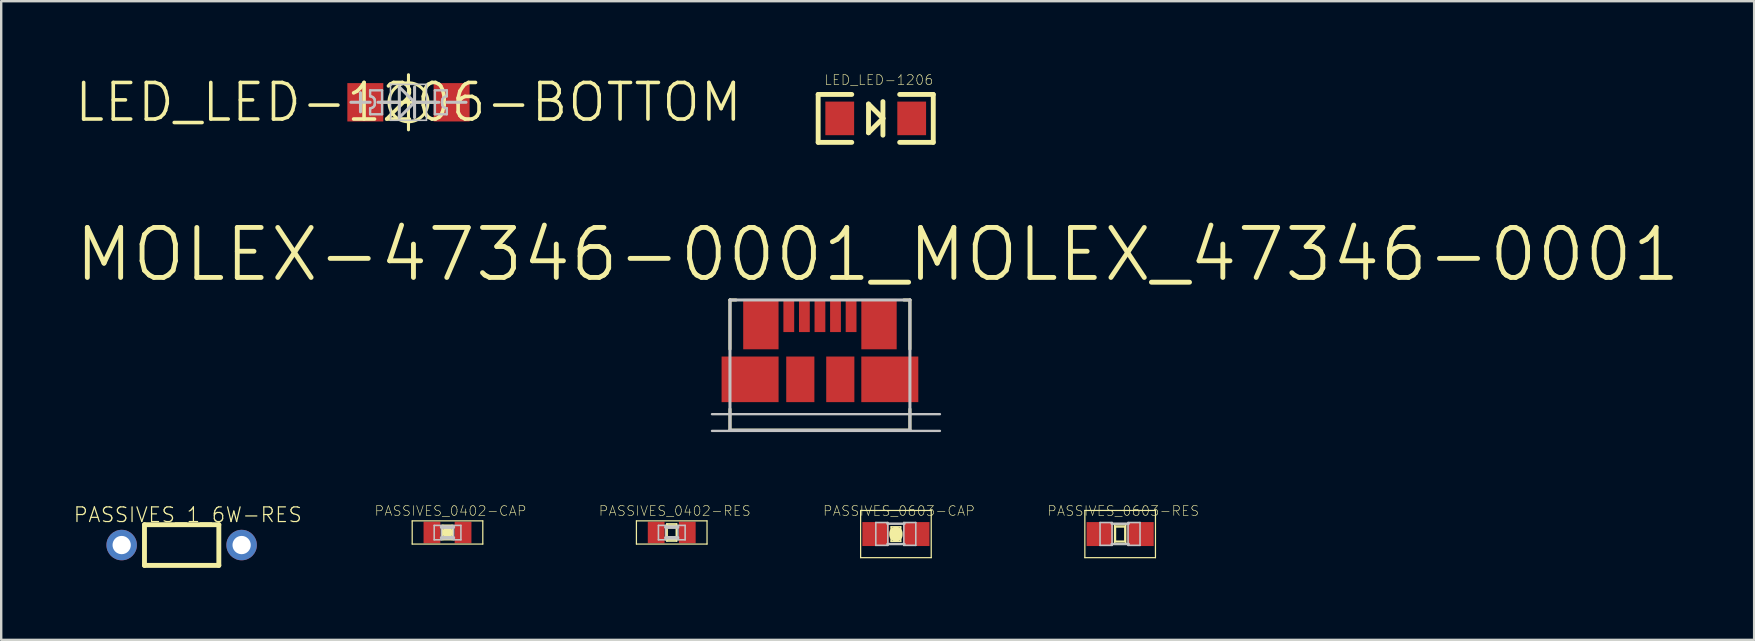
<source format=kicad_pcb>
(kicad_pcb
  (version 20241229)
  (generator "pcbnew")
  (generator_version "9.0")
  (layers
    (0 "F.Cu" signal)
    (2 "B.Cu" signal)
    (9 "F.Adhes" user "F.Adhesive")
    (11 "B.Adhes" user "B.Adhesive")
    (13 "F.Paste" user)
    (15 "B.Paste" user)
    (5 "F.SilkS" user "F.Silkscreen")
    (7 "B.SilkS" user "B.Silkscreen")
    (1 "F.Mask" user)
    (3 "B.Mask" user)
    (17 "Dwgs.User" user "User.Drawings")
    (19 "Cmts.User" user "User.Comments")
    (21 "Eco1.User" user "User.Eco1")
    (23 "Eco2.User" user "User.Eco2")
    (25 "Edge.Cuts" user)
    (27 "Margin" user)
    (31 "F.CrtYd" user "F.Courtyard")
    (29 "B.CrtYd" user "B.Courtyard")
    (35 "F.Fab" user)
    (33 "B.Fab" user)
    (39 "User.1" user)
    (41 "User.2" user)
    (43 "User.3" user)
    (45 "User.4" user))
  (footprint "PASSIVES_0603-CAP"
    (layer "F.Cu")
    (at 34.281 19.203)
    (property "Reference" "PASSIVES_0603-CAP" (at 0.127 -0.965 0) (layer "F.SilkS") (effects (font (size 0.406 0.406) (thickness 0.025))))
    (attr smd)
    (fp_line (start -1.471 -0.983) (end 1.471 -0.983) (stroke (width 0.051) (type solid)) (layer "F.SilkS"))
    (fp_line (start -1.471 0.983) (end -1.471 -0.983) (stroke (width 0.051) (type solid)) (layer "F.SilkS"))
    (fp_line (start -0.198 -0.3) (end 0.198 -0.3) (stroke (width 0.066) (type solid)) (layer "F.SilkS"))
    (fp_line (start -0.198 0.3) (end -0.198 -0.3) (stroke (width 0.066) (type solid)) (layer "F.SilkS"))
    (fp_line (start -0.198 0.3) (end 0.198 0.3) (stroke (width 0.066) (type solid)) (layer "F.SilkS"))
    (fp_line (start 0 -0.03) (end 0 0.03) (stroke (width 0.559) (type solid)) (layer "F.SilkS"))
    (fp_line (start 0.198 0.3) (end 0.198 -0.3) (stroke (width 0.066) (type solid)) (layer "F.SilkS"))
    (fp_line (start 1.471 -0.983) (end 1.471 0.983) (stroke (width 0.051) (type solid)) (layer "F.SilkS"))
    (fp_line (start 1.471 0.983) (end -1.471 0.983) (stroke (width 0.051) (type solid)) (layer "F.SilkS"))
    (fp_line (start -0.838 -0.48) (end -0.338 -0.48) (stroke (width 0.066) (type solid)) (layer "Dwgs.User"))
    (fp_line (start -0.838 0.47) (end -0.838 -0.48) (stroke (width 0.066) (type solid)) (layer "Dwgs.User"))
    (fp_line (start -0.838 0.47) (end -0.338 0.47) (stroke (width 0.066) (type solid)) (layer "Dwgs.User"))
    (fp_line (start -0.356 -0.432) (end 0.356 -0.432) (stroke (width 0.102) (type solid)) (layer "Dwgs.User"))
    (fp_line (start -0.356 0.417) (end 0.356 0.417) (stroke (width 0.102) (type solid)) (layer "Dwgs.User"))
    (fp_line (start -0.338 0.47) (end -0.338 -0.48) (stroke (width 0.066) (type solid)) (layer "Dwgs.User"))
    (fp_line (start 0.33 -0.48) (end 0.828 -0.48) (stroke (width 0.066) (type solid)) (layer "Dwgs.User"))
    (fp_line (start 0.33 0.47) (end 0.33 -0.48) (stroke (width 0.066) (type solid)) (layer "Dwgs.User"))
    (fp_line (start 0.33 0.47) (end 0.828 0.47) (stroke (width 0.066) (type solid)) (layer "Dwgs.User"))
    (fp_line (start 0.828 0.47) (end 0.828 -0.48) (stroke (width 0.066) (type solid)) (layer "Dwgs.User"))
    (pad "1" smd rect (at -0.848 0) (size 1.1 0.998) (layers "F.Cu" "F.Mask" "F.Paste"))
    (pad "2" smd rect (at 0.848 0) (size 1.1 0.998) (layers "F.Cu" "F.Mask" "F.Paste")))
  (footprint "LED_LED-1206-BOTTOM"
    (layer "F.Cu")
    (at 13.97 1.212)
    (property "Reference" "LED_LED-1206-BOTTOM" (at 0 0 0) (layer "F.SilkS") (effects (font (size 1.524 1.524) (thickness 0.15))))
    (attr smd)
    (fp_line (start -1.148 0) (end 1.148 0) (stroke (width 0.127) (type solid)) (layer "F.SilkS"))
    (fp_line (start 0 1.148) (end 0 -1.148) (stroke (width 0.127) (type solid)) (layer "F.SilkS"))
    (fp_circle (center 0 0) (end -0.574 0.574) (stroke (width 0.127) (type solid)) (fill no) (layer "F.SilkS"))
    (fp_line (start -2.398 0) (end -1.598 0) (stroke (width 0.127) (type solid)) (layer "Dwgs.User"))
    (fp_line (start -1.999 -0.399) (end -1.999 0.399) (stroke (width 0.127) (type solid)) (layer "Dwgs.User"))
    (fp_line (start -1.598 -0.498) (end -1.1 -0.498) (stroke (width 0.1) (type solid)) (layer "Dwgs.User"))
    (fp_line (start -1.598 -0.249) (end -1.598 -0.498) (stroke (width 0.1) (type solid)) (layer "Dwgs.User"))
    (fp_line (start -1.598 0.249) (end -1.547 0.241) (stroke (width 0.1) (type solid)) (layer "Dwgs.User"))
    (fp_line (start -1.598 0.498) (end -1.598 0.249) (stroke (width 0.1) (type solid)) (layer "Dwgs.User"))
    (fp_line (start -1.547 -0.241) (end -1.598 -0.249) (stroke (width 0.1) (type solid)) (layer "Dwgs.User"))
    (fp_line (start -1.547 0.241) (end -1.499 0.221) (stroke (width 0.1) (type solid)) (layer "Dwgs.User"))
    (fp_line (start -1.499 -0.221) (end -1.547 -0.241) (stroke (width 0.1) (type solid)) (layer "Dwgs.User"))
    (fp_line (start -1.499 0.221) (end -1.458 0.191) (stroke (width 0.1) (type solid)) (layer "Dwgs.User"))
    (fp_line (start -1.458 -0.191) (end -1.499 -0.221) (stroke (width 0.1) (type solid)) (layer "Dwgs.User"))
    (fp_line (start -1.458 0.191) (end -1.425 0.15) (stroke (width 0.1) (type solid)) (layer "Dwgs.User"))
    (fp_line (start -1.425 -0.15) (end -1.458 -0.191) (stroke (width 0.1) (type solid)) (layer "Dwgs.User"))
    (fp_line (start -1.425 0.15) (end -1.405 0.102) (stroke (width 0.1) (type solid)) (layer "Dwgs.User"))
    (fp_line (start -1.405 -0.102) (end -1.425 -0.15) (stroke (width 0.1) (type solid)) (layer "Dwgs.User"))
    (fp_line (start -1.405 0.102) (end -1.4 0.048) (stroke (width 0.1) (type solid)) (layer "Dwgs.User"))
    (fp_line (start -1.4 -0.048) (end -1.405 -0.102) (stroke (width 0.1) (type solid)) (layer "Dwgs.User"))
    (fp_line (start -1.4 0.048) (end -1.4 -0.048) (stroke (width 0.1) (type solid)) (layer "Dwgs.User"))
    (fp_line (start -1.27 0) (end -0.381 0) (stroke (width 0.127) (type solid)) (layer "Dwgs.User"))
    (fp_line (start -1.1 -0.498) (end -1.1 0.498) (stroke (width 0.1) (type solid)) (layer "Dwgs.User"))
    (fp_line (start -1.1 0.498) (end -1.598 0.498) (stroke (width 0.1) (type solid)) (layer "Dwgs.User"))
    (fp_line (start -0.749 -0.749) (end 0.749 -0.749) (stroke (width 0.066) (type solid)) (layer "Dwgs.User"))
    (fp_line (start -0.749 0.749) (end -0.749 -0.749) (stroke (width 0.066) (type solid)) (layer "Dwgs.User"))
    (fp_line (start -0.749 0.749) (end 0.749 0.749) (stroke (width 0.066) (type solid)) (layer "Dwgs.User"))
    (fp_line (start -0.381 -0.635) (end 0.254 0) (stroke (width 0.127) (type solid)) (layer "Dwgs.User"))
    (fp_line (start -0.381 0) (end -0.381 -0.635) (stroke (width 0.127) (type solid)) (layer "Dwgs.User"))
    (fp_line (start -0.381 0.635) (end -0.381 0) (stroke (width 0.127) (type solid)) (layer "Dwgs.User"))
    (fp_line (start 0.254 0) (end -0.381 0.635) (stroke (width 0.127) (type solid)) (layer "Dwgs.User"))
    (fp_line (start 0.254 0) (end 0.254 -0.635) (stroke (width 0.127) (type solid)) (layer "Dwgs.User"))
    (fp_line (start 0.254 0) (end 0.254 0.635) (stroke (width 0.127) (type solid)) (layer "Dwgs.User"))
    (fp_line (start 0.254 0) (end 1.27 0) (stroke (width 0.127) (type solid)) (layer "Dwgs.User"))
    (fp_line (start 0.749 0.749) (end 0.749 -0.749) (stroke (width 0.066) (type solid)) (layer "Dwgs.User"))
    (fp_line (start 1.1 -0.498) (end 1.598 -0.498) (stroke (width 0.1) (type solid)) (layer "Dwgs.User"))
    (fp_line (start 1.1 0.498) (end 1.1 -0.498) (stroke (width 0.1) (type solid)) (layer "Dwgs.User"))
    (fp_line (start 1.4 -0.048) (end 1.4 0.048) (stroke (width 0.1) (type solid)) (layer "Dwgs.User"))
    (fp_line (start 1.4 0.048) (end 1.405 0.102) (stroke (width 0.1) (type solid)) (layer "Dwgs.User"))
    (fp_line (start 1.405 -0.102) (end 1.4 -0.048) (stroke (width 0.1) (type solid)) (layer "Dwgs.User"))
    (fp_line (start 1.405 0.102) (end 1.425 0.15) (stroke (width 0.1) (type solid)) (layer "Dwgs.User"))
    (fp_line (start 1.425 -0.15) (end 1.405 -0.102) (stroke (width 0.1) (type solid)) (layer "Dwgs.User"))
    (fp_line (start 1.425 0.15) (end 1.458 0.191) (stroke (width 0.1) (type solid)) (layer "Dwgs.User"))
    (fp_line (start 1.458 -0.191) (end 1.425 -0.15) (stroke (width 0.1) (type solid)) (layer "Dwgs.User"))
    (fp_line (start 1.458 0.191) (end 1.499 0.221) (stroke (width 0.1) (type solid)) (layer "Dwgs.User"))
    (fp_line (start 1.499 -0.221) (end 1.458 -0.191) (stroke (width 0.1) (type solid)) (layer "Dwgs.User"))
    (fp_line (start 1.499 0.221) (end 1.547 0.241) (stroke (width 0.1) (type solid)) (layer "Dwgs.User"))
    (fp_line (start 1.547 -0.241) (end 1.499 -0.221) (stroke (width 0.1) (type solid)) (layer "Dwgs.User"))
    (fp_line (start 1.547 0.241) (end 1.598 0.249) (stroke (width 0.1) (type solid)) (layer "Dwgs.User"))
    (fp_line (start 1.598 -0.498) (end 1.598 -0.249) (stroke (width 0.1) (type solid)) (layer "Dwgs.User"))
    (fp_line (start 1.598 -0.249) (end 1.547 -0.241) (stroke (width 0.1) (type solid)) (layer "Dwgs.User"))
    (fp_line (start 1.598 0) (end 2.398 0) (stroke (width 0.127) (type solid)) (layer "Dwgs.User"))
    (fp_line (start 1.598 0.249) (end 1.598 0.498) (stroke (width 0.1) (type solid)) (layer "Dwgs.User"))
    (fp_line (start 1.598 0.498) (end 1.1 0.498) (stroke (width 0.1) (type solid)) (layer "Dwgs.User"))
    (pad "A" smd rect (at -1.798 0) (size 1.499 1.598) (layers "F.Cu" "F.Mask" "F.Paste"))
    (pad "C" smd rect (at 1.798 0) (size 1.499 1.598) (layers "F.Cu" "F.Mask" "F.Paste")))
  (footprint "PASSIVES_0402-CAP"
    (layer "F.Cu")
    (at 15.596 19.137)
    (property "Reference" "PASSIVES_0402-CAP" (at 0.127 -0.899 0) (layer "F.SilkS") (effects (font (size 0.406 0.406) (thickness 0.025))))
    (attr smd)
    (fp_line (start -1.471 -0.483) (end 1.471 -0.483) (stroke (width 0.051) (type solid)) (layer "F.SilkS"))
    (fp_line (start -1.471 0.483) (end -1.471 -0.483) (stroke (width 0.051) (type solid)) (layer "F.SilkS"))
    (fp_line (start -0.198 -0.3) (end 0.198 -0.3) (stroke (width 0.066) (type solid)) (layer "F.SilkS"))
    (fp_line (start -0.198 0.3) (end -0.198 -0.3) (stroke (width 0.066) (type solid)) (layer "F.SilkS"))
    (fp_line (start -0.198 0.3) (end 0.198 0.3) (stroke (width 0.066) (type solid)) (layer "F.SilkS"))
    (fp_line (start 0 -0.03) (end 0 0.03) (stroke (width 0.406) (type solid)) (layer "F.SilkS"))
    (fp_line (start 0.198 0.3) (end 0.198 -0.3) (stroke (width 0.066) (type solid)) (layer "F.SilkS"))
    (fp_line (start 1.471 -0.483) (end 1.471 0.483) (stroke (width 0.051) (type solid)) (layer "F.SilkS"))
    (fp_line (start 1.471 0.483) (end -1.471 0.483) (stroke (width 0.051) (type solid)) (layer "F.SilkS"))
    (fp_line (start -0.554 -0.295) (end -0.254 -0.295) (stroke (width 0.066) (type solid)) (layer "Dwgs.User"))
    (fp_line (start -0.554 0.305) (end -0.554 -0.295) (stroke (width 0.066) (type solid)) (layer "Dwgs.User"))
    (fp_line (start -0.554 0.305) (end -0.254 0.305) (stroke (width 0.066) (type solid)) (layer "Dwgs.User"))
    (fp_line (start -0.254 0.305) (end -0.254 -0.295) (stroke (width 0.066) (type solid)) (layer "Dwgs.User"))
    (fp_line (start -0.244 -0.224) (end 0.244 -0.224) (stroke (width 0.152) (type solid)) (layer "Dwgs.User"))
    (fp_line (start 0.244 0.224) (end -0.244 0.224) (stroke (width 0.152) (type solid)) (layer "Dwgs.User"))
    (fp_line (start 0.257 -0.295) (end 0.559 -0.295) (stroke (width 0.066) (type solid)) (layer "Dwgs.User"))
    (fp_line (start 0.257 0.305) (end 0.257 -0.295) (stroke (width 0.066) (type solid)) (layer "Dwgs.User"))
    (fp_line (start 0.257 0.305) (end 0.559 0.305) (stroke (width 0.066) (type solid)) (layer "Dwgs.User"))
    (fp_line (start 0.559 0.305) (end 0.559 -0.295) (stroke (width 0.066) (type solid)) (layer "Dwgs.User"))
    (pad "1" smd rect (at -0.648 0) (size 0.699 0.899) (layers "F.Cu" "F.Mask" "F.Paste"))
    (pad "2" smd rect (at 0.648 0) (size 0.699 0.899) (layers "F.Cu" "F.Mask" "F.Paste")))
  (footprint "PASSIVES_0402-RES"
    (layer "F.Cu")
    (at 24.939 19.137)
    (property "Reference" "PASSIVES_0402-RES" (at 0.127 -0.899 0) (layer "F.SilkS") (effects (font (size 0.406 0.406) (thickness 0.025))))
    (attr smd)
    (fp_line (start -1.471 -0.483) (end 1.471 -0.483) (stroke (width 0.051) (type solid)) (layer "F.SilkS"))
    (fp_line (start -1.471 0.483) (end -1.471 -0.483) (stroke (width 0.051) (type solid)) (layer "F.SilkS"))
    (fp_line (start -0.203 -0.356) (end 0.203 -0.356) (stroke (width 0.066) (type solid)) (layer "F.SilkS"))
    (fp_line (start -0.203 0.356) (end -0.203 -0.356) (stroke (width 0.066) (type solid)) (layer "F.SilkS"))
    (fp_line (start -0.203 0.356) (end 0.203 0.356) (stroke (width 0.066) (type solid)) (layer "F.SilkS"))
    (fp_line (start -0.198 -0.3) (end 0.198 -0.3) (stroke (width 0.066) (type solid)) (layer "F.SilkS"))
    (fp_line (start -0.198 0.3) (end -0.198 -0.3) (stroke (width 0.066) (type solid)) (layer "F.SilkS"))
    (fp_line (start -0.198 0.3) (end 0.198 0.3) (stroke (width 0.066) (type solid)) (layer "F.SilkS"))
    (fp_line (start 0.198 0.3) (end 0.198 -0.3) (stroke (width 0.066) (type solid)) (layer "F.SilkS"))
    (fp_line (start 0.203 0.356) (end 0.203 -0.356) (stroke (width 0.066) (type solid)) (layer "F.SilkS"))
    (fp_line (start 1.471 -0.483) (end 1.471 0.483) (stroke (width 0.051) (type solid)) (layer "F.SilkS"))
    (fp_line (start 1.471 0.483) (end -1.471 0.483) (stroke (width 0.051) (type solid)) (layer "F.SilkS"))
    (fp_line (start -0.554 -0.295) (end -0.254 -0.295) (stroke (width 0.066) (type solid)) (layer "Dwgs.User"))
    (fp_line (start -0.554 0.305) (end -0.554 -0.295) (stroke (width 0.066) (type solid)) (layer "Dwgs.User"))
    (fp_line (start -0.554 0.305) (end -0.254 0.305) (stroke (width 0.066) (type solid)) (layer "Dwgs.User"))
    (fp_line (start -0.254 0.305) (end -0.254 -0.295) (stroke (width 0.066) (type solid)) (layer "Dwgs.User"))
    (fp_line (start -0.244 -0.224) (end 0.244 -0.224) (stroke (width 0.152) (type solid)) (layer "Dwgs.User"))
    (fp_line (start 0.244 0.224) (end -0.244 0.224) (stroke (width 0.152) (type solid)) (layer "Dwgs.User"))
    (fp_line (start 0.257 -0.295) (end 0.559 -0.295) (stroke (width 0.066) (type solid)) (layer "Dwgs.User"))
    (fp_line (start 0.257 0.305) (end 0.257 -0.295) (stroke (width 0.066) (type solid)) (layer "Dwgs.User"))
    (fp_line (start 0.257 0.305) (end 0.559 0.305) (stroke (width 0.066) (type solid)) (layer "Dwgs.User"))
    (fp_line (start 0.559 0.305) (end 0.559 -0.295) (stroke (width 0.066) (type solid)) (layer "Dwgs.User"))
    (pad "1" smd rect (at -0.648 0) (size 0.699 0.899) (layers "F.Cu" "F.Mask" "F.Paste"))
    (pad "2" smd rect (at 0.648 0) (size 0.699 0.899) (layers "F.Cu" "F.Mask" "F.Paste")))
  (footprint "PASSIVES_0603-RES"
    (layer "F.Cu")
    (at 43.624 19.203)
    (property "Reference" "PASSIVES_0603-RES" (at 0.127 -0.965 0) (layer "F.SilkS") (effects (font (size 0.406 0.406) (thickness 0.025))))
    (attr smd)
    (fp_line (start -1.471 -0.983) (end 1.471 -0.983) (stroke (width 0.051) (type solid)) (layer "F.SilkS"))
    (fp_line (start -1.471 0.983) (end -1.471 -0.983) (stroke (width 0.051) (type solid)) (layer "F.SilkS"))
    (fp_line (start -0.229 -0.381) (end 0.229 -0.381) (stroke (width 0.066) (type solid)) (layer "F.SilkS"))
    (fp_line (start -0.229 0.381) (end -0.229 -0.381) (stroke (width 0.066) (type solid)) (layer "F.SilkS"))
    (fp_line (start -0.229 0.381) (end 0.229 0.381) (stroke (width 0.066) (type solid)) (layer "F.SilkS"))
    (fp_line (start -0.198 -0.3) (end 0.198 -0.3) (stroke (width 0.066) (type solid)) (layer "F.SilkS"))
    (fp_line (start -0.198 0.3) (end -0.198 -0.3) (stroke (width 0.066) (type solid)) (layer "F.SilkS"))
    (fp_line (start -0.198 0.3) (end 0.198 0.3) (stroke (width 0.066) (type solid)) (layer "F.SilkS"))
    (fp_line (start 0.198 0.3) (end 0.198 -0.3) (stroke (width 0.066) (type solid)) (layer "F.SilkS"))
    (fp_line (start 0.229 0.381) (end 0.229 -0.381) (stroke (width 0.066) (type solid)) (layer "F.SilkS"))
    (fp_line (start 1.471 -0.983) (end 1.471 0.983) (stroke (width 0.051) (type solid)) (layer "F.SilkS"))
    (fp_line (start 1.471 0.983) (end -1.471 0.983) (stroke (width 0.051) (type solid)) (layer "F.SilkS"))
    (fp_line (start -0.838 -0.48) (end -0.338 -0.48) (stroke (width 0.066) (type solid)) (layer "Dwgs.User"))
    (fp_line (start -0.838 0.47) (end -0.838 -0.48) (stroke (width 0.066) (type solid)) (layer "Dwgs.User"))
    (fp_line (start -0.838 0.47) (end -0.338 0.47) (stroke (width 0.066) (type solid)) (layer "Dwgs.User"))
    (fp_line (start -0.356 -0.432) (end 0.356 -0.432) (stroke (width 0.102) (type solid)) (layer "Dwgs.User"))
    (fp_line (start -0.356 0.417) (end 0.356 0.417) (stroke (width 0.102) (type solid)) (layer "Dwgs.User"))
    (fp_line (start -0.338 0.47) (end -0.338 -0.48) (stroke (width 0.066) (type solid)) (layer "Dwgs.User"))
    (fp_line (start 0.33 -0.48) (end 0.828 -0.48) (stroke (width 0.066) (type solid)) (layer "Dwgs.User"))
    (fp_line (start 0.33 0.47) (end 0.33 -0.48) (stroke (width 0.066) (type solid)) (layer "Dwgs.User"))
    (fp_line (start 0.33 0.47) (end 0.828 0.47) (stroke (width 0.066) (type solid)) (layer "Dwgs.User"))
    (fp_line (start 0.828 0.47) (end 0.828 -0.48) (stroke (width 0.066) (type solid)) (layer "Dwgs.User"))
    (pad "1" smd rect (at -0.848 0) (size 1.1 0.998) (layers "F.Cu" "F.Mask" "F.Paste"))
    (pad "2" smd rect (at 0.848 0) (size 1.1 0.998) (layers "F.Cu" "F.Mask" "F.Paste")))
  (footprint "PASSIVES_1_6W-RES"
    (layer "F.Cu")
    (at 4.519 19.661)
    (property "Reference" "PASSIVES_1_6W-RES" (at 0.257 -1.26 0) (layer "F.SilkS") (effects (font (size 0.61 0.61) (thickness 0.051))))
    (attr exclude_from_pos_files exclude_from_bom)
    (fp_line (start -1.549 -0.848) (end -1.549 0.848) (stroke (width 0.203) (type solid)) (layer "F.SilkS"))
    (fp_line (start -1.549 0.848) (end 1.549 0.848) (stroke (width 0.203) (type solid)) (layer "F.SilkS"))
    (fp_line (start 1.549 -0.848) (end -1.549 -0.848) (stroke (width 0.203) (type solid)) (layer "F.SilkS"))
    (fp_line (start 1.549 0.848) (end 1.549 -0.848) (stroke (width 0.203) (type solid)) (layer "F.SilkS"))
    (pad "1" thru_hole circle (at -2.499 0) (size 1.27 1.27) (drill 0.762) (layers "*.Cu" "*.Paste" "*.Mask"))
    (pad "2" thru_hole circle (at 2.499 0) (size 1.27 1.27) (drill 0.762) (layers "*.Cu" "*.Paste" "*.Mask")))
  (footprint "MOLEX-47346-0001_MOLEX_47346-0001"
    (layer "F.Cu")
    (at 31.115 10.097)
    (property "Reference" "MOLEX-47346-0001_MOLEX_47346-0001" (at 2.405 -2.54 0) (layer "F.SilkS") (effects (font (size 2.083 2.083) (thickness 0.203))))
    (attr smd)
    (fp_line (start -3.749 -0.648) (end -3.749 1.4) (stroke (width 0.127) (type solid)) (layer "F.SilkS"))
    (fp_line (start -3.749 3.899) (end -3.749 4.778) (stroke (width 0.127) (type solid)) (layer "F.SilkS"))
    (fp_line (start -3.749 4.778) (end 3.749 4.778) (stroke (width 0.127) (type solid)) (layer "F.SilkS"))
    (fp_line (start -3.498 -0.648) (end -3.749 -0.648) (stroke (width 0.127) (type solid)) (layer "F.SilkS"))
    (fp_line (start 3.498 -0.648) (end 3.749 -0.648) (stroke (width 0.127) (type solid)) (layer "F.SilkS"))
    (fp_line (start 3.749 -0.648) (end 3.749 1.4) (stroke (width 0.127) (type solid)) (layer "F.SilkS"))
    (fp_line (start 3.749 4.778) (end 3.749 3.899) (stroke (width 0.127) (type solid)) (layer "F.SilkS"))
    (fp_line (start -4.498 4.11) (end 4.999 4.11) (stroke (width 0.099) (type solid)) (layer "Dwgs.User"))
    (fp_line (start -4.498 4.808) (end 4.999 4.808) (stroke (width 0.099) (type solid)) (layer "Dwgs.User"))
    (fp_line (start -3.749 -0.648) (end -3.749 4.778) (stroke (width 0.127) (type solid)) (layer "Dwgs.User"))
    (fp_line (start -3.749 4.778) (end 3.749 4.778) (stroke (width 0.127) (type solid)) (layer "Dwgs.User"))
    (fp_line (start 3.749 -0.648) (end -3.749 -0.648) (stroke (width 0.127) (type solid)) (layer "Dwgs.User"))
    (fp_line (start 3.749 4.778) (end 3.749 -0.648) (stroke (width 0.127) (type solid)) (layer "Dwgs.User"))
    (pad "1" smd rect (at -1.298 0 90) (size 1.379 0.45) (layers "F.Cu" "F.Mask" "F.Paste"))
    (pad "2" smd rect (at -0.648 0 90) (size 1.379 0.45) (layers "F.Cu" "F.Mask" "F.Paste"))
    (pad "3" smd rect (at 0 0 90) (size 1.379 0.45) (layers "F.Cu" "F.Mask" "F.Paste"))
    (pad "4" smd rect (at 0.648 0 90) (size 1.379 0.45) (layers "F.Cu" "F.Mask" "F.Paste"))
    (pad "5" smd rect (at 1.298 0 90) (size 1.379 0.45) (layers "F.Cu" "F.Mask" "F.Paste"))
    (pad "M1" smd rect (at -2.461 0.358 180) (size 1.473 2.098) (layers "F.Cu" "F.Mask" "F.Paste"))
    (pad "M2" smd rect (at 2.461 0.358 180) (size 1.473 2.098) (layers "F.Cu" "F.Mask" "F.Paste"))
    (pad "M3" smd rect (at -2.911 2.659) (size 2.375 1.9) (layers "F.Cu" "F.Mask" "F.Paste"))
    (pad "M4" smd rect (at -0.818 2.659) (size 1.173 1.9) (layers "F.Cu" "F.Mask" "F.Paste"))
    (pad "M5" smd rect (at 0.848 2.659) (size 1.173 1.9) (layers "F.Cu" "F.Mask" "F.Paste"))
    (pad "M6" smd rect (at 2.911 2.659) (size 2.375 1.9) (layers "F.Cu" "F.Mask" "F.Paste")))
  (footprint "LED_LED-1206"
    (layer "F.Cu")
    (at 33.439 1.883)
    (property "Reference" "LED_LED-1206" (at 0.127 -1.6 0) (layer "F.SilkS") (effects (font (size 0.406 0.406) (thickness 0.025))))
    (attr smd)
    (fp_line (start -2.398 -0.998) (end -2.398 0.998) (stroke (width 0.203) (type solid)) (layer "F.SilkS"))
    (fp_line (start -2.398 0.998) (end -0.998 0.998) (stroke (width 0.203) (type solid)) (layer "F.SilkS"))
    (fp_line (start -0.998 -0.998) (end -2.398 -0.998) (stroke (width 0.203) (type solid)) (layer "F.SilkS"))
    (fp_line (start -0.3 -0.599) (end -0.3 0.599) (stroke (width 0.203) (type solid)) (layer "F.SilkS"))
    (fp_line (start -0.3 0.599) (end 0.3 0) (stroke (width 0.203) (type solid)) (layer "F.SilkS"))
    (fp_line (start 0.3 -0.699) (end 0.3 0) (stroke (width 0.203) (type solid)) (layer "F.SilkS"))
    (fp_line (start 0.3 0) (end -0.3 -0.599) (stroke (width 0.203) (type solid)) (layer "F.SilkS"))
    (fp_line (start 0.3 0) (end 0.3 0.699) (stroke (width 0.203) (type solid)) (layer "F.SilkS"))
    (fp_line (start 0.998 -0.998) (end 2.398 -0.998) (stroke (width 0.203) (type solid)) (layer "F.SilkS"))
    (fp_line (start 2.398 -0.998) (end 2.398 0.998) (stroke (width 0.203) (type solid)) (layer "F.SilkS"))
    (fp_line (start 2.398 0.998) (end 0.998 0.998) (stroke (width 0.203) (type solid)) (layer "F.SilkS"))
    (pad "A" smd rect (at -1.499 0) (size 1.199 1.4) (layers "F.Cu" "F.Mask" "F.Paste"))
    (pad "C" smd rect (at 1.499 0) (size 1.199 1.4) (layers "F.Cu" "F.Mask" "F.Paste")))
  (gr_rect
    (start -3 -3)
    (end 70.041 23.611)
    (stroke (width 0.1) (type default))
    (fill no)
    (layer "Edge.Cuts")))
</source>
